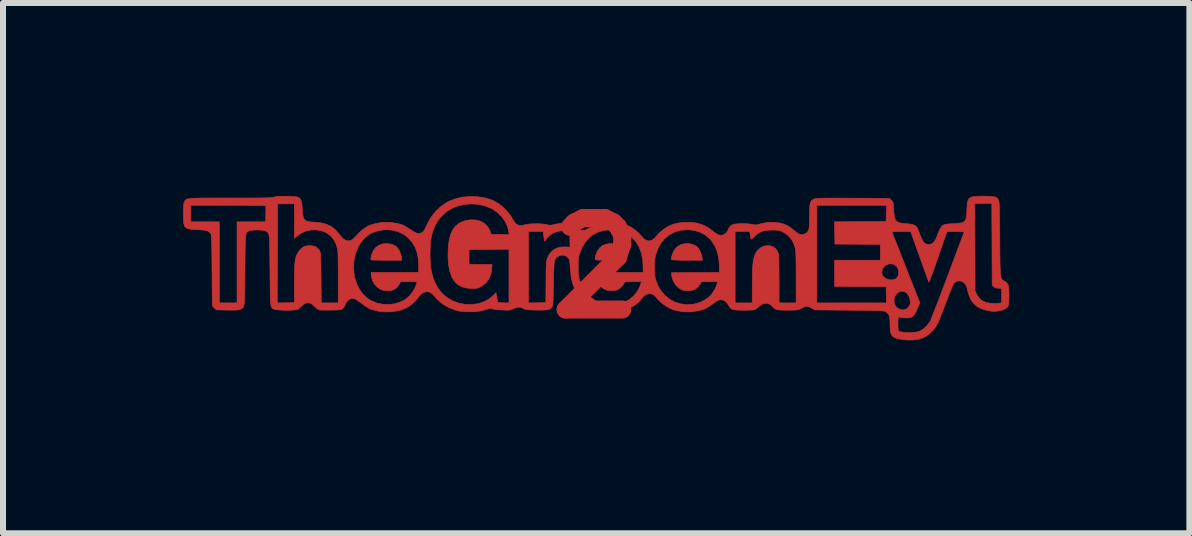
<source format=kicad_pcb>
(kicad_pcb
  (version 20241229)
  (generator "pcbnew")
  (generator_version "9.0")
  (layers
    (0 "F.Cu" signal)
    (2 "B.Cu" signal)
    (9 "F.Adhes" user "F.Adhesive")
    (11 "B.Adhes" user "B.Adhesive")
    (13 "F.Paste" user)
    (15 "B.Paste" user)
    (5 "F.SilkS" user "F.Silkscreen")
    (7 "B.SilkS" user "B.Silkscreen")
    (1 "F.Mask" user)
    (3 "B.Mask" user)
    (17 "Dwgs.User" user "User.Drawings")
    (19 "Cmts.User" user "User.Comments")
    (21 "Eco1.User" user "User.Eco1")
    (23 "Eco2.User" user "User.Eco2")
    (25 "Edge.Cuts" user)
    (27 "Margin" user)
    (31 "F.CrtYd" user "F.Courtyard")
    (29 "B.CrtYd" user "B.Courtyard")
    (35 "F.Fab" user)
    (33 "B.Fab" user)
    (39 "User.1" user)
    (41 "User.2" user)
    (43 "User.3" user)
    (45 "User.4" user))
  (footprint "2"
    (layer "F.Cu")
    (at 6.884 1.418)
    (property "Reference" "2" (at 0 0 0) (layer "F.Cu") (effects (font (size 1.524 1.524) (thickness 0.3))))
    (attr through_hole)
    (fp_poly (pts (xy -3.423 -0.402) (xy -3.363 -0.38) (xy -3.324 -0.353) (xy -3.295 -0.316) (xy -3.269 -0.267) (xy -3.251 -0.213) (xy -3.245 -0.184) (xy -3.238 -0.132) (xy -3.492 -0.132) (xy -3.562 -0.132) (xy -3.625 -0.133) (xy -3.678 -0.134) (xy -3.718 -0.135) (xy -3.744 -0.136) (xy -3.751 -0.137) (xy -3.754 -0.152) (xy -3.751 -0.18) (xy -3.743 -0.215) (xy -3.731 -0.251) (xy -3.718 -0.283) (xy -3.714 -0.29) (xy -3.673 -0.344) (xy -3.622 -0.382) (xy -3.561 -0.403) (xy -3.495 -0.409) (xy -3.423 -0.402)) (stroke (width 0.01) (type solid)) (fill yes) (layer "F.Cu"))
    (fp_poly (pts (xy 1.552 -0.408) (xy 1.614 -0.394) (xy 1.667 -0.367) (xy 1.694 -0.344) (xy 1.719 -0.308) (xy 1.742 -0.26) (xy 1.759 -0.208) (xy 1.764 -0.179) (xy 1.771 -0.132) (xy 1.516 -0.132) (xy 1.444 -0.132) (xy 1.38 -0.133) (xy 1.326 -0.135) (xy 1.286 -0.137) (xy 1.262 -0.139) (xy 1.255 -0.141) (xy 1.253 -0.16) (xy 1.258 -0.191) (xy 1.269 -0.228) (xy 1.284 -0.266) (xy 1.301 -0.298) (xy 1.326 -0.331) (xy 1.356 -0.361) (xy 1.369 -0.37) (xy 1.425 -0.397) (xy 1.488 -0.409) (xy 1.552 -0.408)) (stroke (width 0.01) (type solid)) (fill yes) (layer "F.Cu"))
    (fp_poly (pts (xy 0.317 -0.402) (xy 0.376 -0.378) (xy 0.424 -0.338) (xy 0.443 -0.313) (xy 0.459 -0.283) (xy 0.474 -0.246) (xy 0.486 -0.207) (xy 0.493 -0.172) (xy 0.494 -0.147) (xy 0.492 -0.141) (xy 0.481 -0.139) (xy 0.453 -0.137) (xy 0.411 -0.135) (xy 0.359 -0.134) (xy 0.301 -0.133) (xy 0.239 -0.132) (xy 0.177 -0.132) (xy 0.118 -0.133) (xy 0.067 -0.133) (xy 0.025 -0.135) (xy -0.003 -0.137) (xy -0.013 -0.139) (xy -0.017 -0.155) (xy -0.014 -0.183) (xy -0.006 -0.219) (xy 0.007 -0.255) (xy 0.016 -0.274) (xy 0.054 -0.333) (xy 0.103 -0.374) (xy 0.163 -0.399) (xy 0.235 -0.409) (xy 0.246 -0.409) (xy 0.317 -0.402)) (stroke (width 0.01) (type solid)) (fill yes) (layer "F.Cu"))
    (fp_poly (pts (xy 6.525 -1.198) (xy 6.58 -1.196) (xy 6.621 -1.192) (xy 6.651 -1.184) (xy 6.673 -1.173) (xy 6.689 -1.157) (xy 6.702 -1.136) (xy 6.703 -1.135) (xy 6.707 -1.127) (xy 6.71 -1.116) (xy 6.713 -1.102) (xy 6.715 -1.081) (xy 6.717 -1.053) (xy 6.719 -1.017) (xy 6.72 -0.97) (xy 6.721 -0.911) (xy 6.722 -0.838) (xy 6.723 -0.751) (xy 6.725 -0.646) (xy 6.726 -0.524) (xy 6.726 -0.482) (xy 6.727 -0.351) (xy 6.728 -0.239) (xy 6.729 -0.144) (xy 6.73 -0.065) (xy 6.732 0.001) (xy 6.734 0.053) (xy 6.737 0.095) (xy 6.741 0.128) (xy 6.746 0.152) (xy 6.753 0.171) (xy 6.76 0.184) (xy 6.77 0.195) (xy 6.782 0.203) (xy 6.795 0.212) (xy 6.808 0.22) (xy 6.834 0.239) (xy 6.853 0.259) (xy 6.866 0.282) (xy 6.873 0.314) (xy 6.878 0.357) (xy 6.879 0.415) (xy 6.88 0.45) (xy 6.879 0.505) (xy 6.877 0.553) (xy 6.874 0.592) (xy 6.871 0.616) (xy 6.87 0.62) (xy 6.849 0.654) (xy 6.815 0.679) (xy 6.765 0.699) (xy 6.739 0.705) (xy 6.684 0.716) (xy 6.638 0.72) (xy 6.592 0.718) (xy 6.539 0.709) (xy 6.505 0.702) (xy 6.418 0.675) (xy 6.346 0.638) (xy 6.288 0.587) (xy 6.243 0.523) (xy 6.209 0.442) (xy 6.193 0.386) (xy 6.18 0.332) (xy 6.167 0.294) (xy 6.153 0.268) (xy 6.141 0.253) (xy 6.1 0.223) (xy 6.056 0.211) (xy 6.011 0.218) (xy 5.97 0.243) (xy 5.966 0.247) (xy 5.955 0.264) (xy 5.938 0.3) (xy 5.915 0.353) (xy 5.887 0.421) (xy 5.855 0.505) (xy 5.831 0.569) (xy 5.802 0.644) (xy 5.775 0.715) (xy 5.75 0.78) (xy 5.729 0.834) (xy 5.712 0.876) (xy 5.701 0.902) (xy 5.698 0.908) (xy 5.644 0.997) (xy 5.58 1.071) (xy 5.508 1.129) (xy 5.429 1.169) (xy 5.396 1.18) (xy 5.334 1.192) (xy 5.26 1.198) (xy 5.18 1.197) (xy 5.103 1.19) (xy 5.041 1.179) (xy 4.992 1.165) (xy 4.956 1.147) (xy 4.93 1.123) (xy 4.912 1.09) (xy 4.902 1.044) (xy 4.898 0.983) (xy 4.897 0.93) (xy 4.895 0.864) (xy 4.889 0.815) (xy 4.877 0.778) (xy 4.858 0.751) (xy 4.831 0.73) (xy 4.826 0.727) (xy 4.818 0.722) (xy 4.808 0.719) (xy 4.796 0.715) (xy 4.779 0.713) (xy 4.757 0.711) (xy 4.726 0.709) (xy 4.686 0.707) (xy 4.635 0.706) (xy 4.57 0.705) (xy 4.492 0.704) (xy 4.397 0.703) (xy 4.285 0.702) (xy 4.216 0.701) (xy 3.642 0.696) (xy 3.594 0.667) (xy 3.556 0.649) (xy 3.521 0.639) (xy 3.511 0.638) (xy 3.491 0.639) (xy 3.472 0.644) (xy 3.448 0.654) (xy 3.414 0.671) (xy 3.388 0.684) (xy 3.373 0.691) (xy 3.351 0.695) (xy 3.32 0.698) (xy 3.277 0.7) (xy 3.218 0.701) (xy 3.19 0.701) (xy 3.12 0.7) (xy 3.067 0.698) (xy 3.027 0.694) (xy 2.997 0.686) (xy 2.974 0.675) (xy 2.954 0.658) (xy 2.933 0.635) (xy 2.933 0.635) (xy 2.894 0.601) (xy 2.849 0.586) (xy 2.8 0.588) (xy 2.751 0.609) (xy 2.71 0.642) (xy 2.683 0.666) (xy 2.657 0.685) (xy 2.645 0.692) (xy 2.626 0.695) (xy 2.592 0.698) (xy 2.545 0.7) (xy 2.491 0.701) (xy 2.461 0.701) (xy 2.389 0.7) (xy 2.334 0.698) (xy 2.293 0.692) (xy 2.262 0.682) (xy 2.239 0.666) (xy 2.221 0.645) (xy 2.203 0.615) (xy 2.201 0.612) (xy 2.168 0.565) (xy 2.129 0.537) (xy 2.082 0.526) (xy 2.076 0.526) (xy 2.055 0.528) (xy 2.032 0.536) (xy 2.005 0.551) (xy 1.969 0.575) (xy 1.929 0.606) (xy 1.88 0.64) (xy 1.835 0.666) (xy 1.787 0.686) (xy 1.728 0.703) (xy 1.694 0.711) (xy 1.574 0.729) (xy 1.453 0.727) (xy 1.333 0.707) (xy 1.304 0.699) (xy 1.237 0.673) (xy 1.168 0.634) (xy 1.101 0.588) (xy 1.045 0.537) (xy 1.017 0.506) (xy 0.992 0.477) (xy 0.966 0.452) (xy 0.952 0.442) (xy 0.908 0.426) (xy 0.861 0.429) (xy 0.816 0.449) (xy 0.775 0.486) (xy 0.758 0.508) (xy 0.709 0.566) (xy 0.643 0.618) (xy 0.564 0.663) (xy 0.476 0.697) (xy 0.442 0.706) (xy 0.332 0.727) (xy 0.227 0.731) (xy 0.12 0.718) (xy 0.065 0.706) (xy 0.011 0.691) (xy -0.031 0.676) (xy -0.071 0.655) (xy -0.116 0.626) (xy -0.122 0.622) (xy -0.212 0.549) (xy -0.286 0.466) (xy -0.345 0.372) (xy -0.389 0.265) (xy -0.417 0.144) (xy -0.432 0.01) (xy -0.433 -0.004) (xy -0.434 -0.02) (xy -0.299 -0.02) (xy -0.299 0.041) (xy -0.298 0.086) (xy -0.296 0.121) (xy -0.291 0.15) (xy -0.284 0.178) (xy -0.274 0.209) (xy -0.269 0.224) (xy -0.223 0.326) (xy -0.166 0.412) (xy -0.096 0.483) (xy -0.013 0.541) (xy -0.001 0.547) (xy 0.092 0.586) (xy 0.191 0.605) (xy 0.297 0.605) (xy 0.368 0.595) (xy 0.462 0.569) (xy 0.544 0.529) (xy 0.615 0.473) (xy 0.623 0.466) (xy 0.669 0.41) (xy 0.709 0.346) (xy 0.738 0.281) (xy 0.746 0.251) (xy 0.752 0.224) (xy 0.615 0.224) (xy 0.559 0.224) (xy 0.521 0.224) (xy 0.496 0.226) (xy 0.482 0.23) (xy 0.474 0.236) (xy 0.469 0.245) (xy 0.468 0.247) (xy 0.445 0.286) (xy 0.41 0.324) (xy 0.37 0.352) (xy 0.361 0.357) (xy 0.313 0.371) (xy 0.256 0.376) (xy 0.198 0.371) (xy 0.149 0.358) (xy 0.147 0.357) (xy 0.091 0.321) (xy 0.045 0.269) (xy 0.009 0.206) (xy -0.012 0.135) (xy -0.014 0.119) (xy -0.02 0.071) (xy 0.782 0.071) (xy 0.782 -0.018) (xy 0.97 -0.018) (xy 0.972 0.056) (xy 0.978 0.124) (xy 0.988 0.179) (xy 0.989 0.183) (xy 1.027 0.286) (xy 1.08 0.377) (xy 1.146 0.455) (xy 1.222 0.517) (xy 1.309 0.564) (xy 1.404 0.595) (xy 1.504 0.608) (xy 1.61 0.602) (xy 1.649 0.595) (xy 1.737 0.568) (xy 1.817 0.528) (xy 1.885 0.477) (xy 1.899 0.463) (xy 1.937 0.416) (xy 1.972 0.361) (xy 2 0.306) (xy 2.016 0.257) (xy 2.016 0.257) (xy 2.023 0.224) (xy 1.885 0.224) (xy 1.835 0.224) (xy 1.793 0.226) (xy 1.763 0.228) (xy 1.748 0.231) (xy 1.748 0.232) (xy 1.74 0.253) (xy 1.721 0.281) (xy 1.696 0.311) (xy 1.668 0.338) (xy 1.642 0.355) (xy 1.598 0.369) (xy 1.544 0.376) (xy 1.488 0.375) (xy 1.439 0.366) (xy 1.428 0.361) (xy 1.372 0.328) (xy 1.324 0.279) (xy 1.287 0.219) (xy 1.264 0.152) (xy 1.258 0.117) (xy 1.255 0.076) (xy 1.654 0.074) (xy 2.052 0.071) (xy 2.052 -0.033) (xy 2.044 -0.157) (xy 2.02 -0.268) (xy 1.98 -0.367) (xy 1.925 -0.453) (xy 1.895 -0.487) (xy 1.82 -0.551) (xy 1.734 -0.598) (xy 1.639 -0.628) (xy 1.533 -0.64) (xy 1.513 -0.64) (xy 1.408 -0.631) (xy 1.312 -0.604) (xy 1.225 -0.559) (xy 1.148 -0.498) (xy 1.083 -0.422) (xy 1.031 -0.331) (xy 0.992 -0.226) (xy 0.989 -0.213) (xy 0.979 -0.159) (xy 0.972 -0.092) (xy 0.97 -0.018) (xy 0.782 -0.018) (xy 0.782 -0.025) (xy 0.775 -0.146) (xy 0.752 -0.256) (xy 0.714 -0.355) (xy 0.664 -0.44) (xy 0.6 -0.511) (xy 0.524 -0.567) (xy 0.438 -0.608) (xy 0.34 -0.633) (xy 0.251 -0.639) (xy 0.142 -0.631) (xy 0.044 -0.606) (xy -0.044 -0.563) (xy -0.121 -0.503) (xy -0.186 -0.427) (xy -0.24 -0.334) (xy -0.268 -0.265) (xy -0.28 -0.23) (xy -0.288 -0.201) (xy -0.294 -0.173) (xy -0.297 -0.14) (xy -0.299 -0.098) (xy -0.299 -0.043) (xy -0.299 -0.02) (xy -0.434 -0.02) (xy -0.436 -0.064) (xy -0.442 -0.111) (xy -0.449 -0.144) (xy -0.452 -0.152) (xy -0.481 -0.187) (xy -0.52 -0.209) (xy -0.565 -0.217) (xy -0.611 -0.209) (xy -0.637 -0.195) (xy -0.654 -0.182) (xy -0.668 -0.169) (xy -0.68 -0.154) (xy -0.688 -0.134) (xy -0.695 -0.107) (xy -0.7 -0.072) (xy -0.704 -0.026) (xy -0.707 0.033) (xy -0.709 0.106) (xy -0.71 0.197) (xy -0.711 0.26) (xy -0.713 0.355) (xy -0.714 0.432) (xy -0.716 0.493) (xy -0.717 0.541) (xy -0.719 0.576) (xy -0.722 0.602) (xy -0.725 0.62) (xy -0.729 0.633) (xy -0.734 0.642) (xy -0.735 0.644) (xy -0.751 0.664) (xy -0.77 0.679) (xy -0.795 0.689) (xy -0.83 0.696) (xy -0.878 0.699) (xy -0.94 0.7) (xy -1 0.699) (xy -1.064 0.698) (xy -1.111 0.696) (xy -1.145 0.693) (xy -1.17 0.69) (xy -1.188 0.684) (xy -1.203 0.677) (xy -1.212 0.672) (xy -1.26 0.652) (xy -1.311 0.651) (xy -1.367 0.669) (xy -1.38 0.676) (xy -1.403 0.687) (xy -1.423 0.694) (xy -1.445 0.699) (xy -1.474 0.7) (xy -1.514 0.7) (xy -1.557 0.698) (xy -1.609 0.695) (xy -1.659 0.691) (xy -1.699 0.686) (xy -1.723 0.68) (xy -1.744 0.675) (xy -1.763 0.673) (xy -1.787 0.676) (xy -1.82 0.684) (xy -1.865 0.697) (xy -1.908 0.709) (xy -1.943 0.717) (xy -1.978 0.722) (xy -2.017 0.725) (xy -2.066 0.726) (xy -2.113 0.726) (xy -2.175 0.725) (xy -2.222 0.723) (xy -2.26 0.719) (xy -2.295 0.713) (xy -2.332 0.703) (xy -2.352 0.697) (xy -2.463 0.653) (xy -2.562 0.594) (xy -2.649 0.518) (xy -2.687 0.476) (xy -2.724 0.434) (xy -2.758 0.408) (xy -2.791 0.395) (xy -2.824 0.393) (xy -2.876 0.404) (xy -2.92 0.434) (xy -2.947 0.465) (xy -3.015 0.549) (xy -3.096 0.62) (xy -3.175 0.668) (xy -3.249 0.697) (xy -3.335 0.717) (xy -3.428 0.728) (xy -3.523 0.729) (xy -3.612 0.72) (xy -3.65 0.713) (xy -3.703 0.699) (xy -3.744 0.687) (xy -3.78 0.672) (xy -3.815 0.652) (xy -3.856 0.625) (xy -3.904 0.59) (xy -3.945 0.561) (xy -3.983 0.535) (xy -4.013 0.517) (xy -4.031 0.509) (xy -4.075 0.506) (xy -4.116 0.521) (xy -4.151 0.551) (xy -4.175 0.593) (xy -4.177 0.601) (xy -4.193 0.634) (xy -4.216 0.665) (xy -4.219 0.668) (xy -4.23 0.678) (xy -4.241 0.686) (xy -4.256 0.691) (xy -4.278 0.694) (xy -4.309 0.697) (xy -4.354 0.698) (xy -4.411 0.699) (xy -4.47 0.7) (xy -4.523 0.7) (xy -4.568 0.699) (xy -4.599 0.698) (xy -4.609 0.696) (xy -4.644 0.681) (xy -4.685 0.647) (xy -4.692 0.64) (xy -4.738 0.599) (xy -4.782 0.579) (xy -4.825 0.579) (xy -4.868 0.598) (xy -4.911 0.635) (xy -4.939 0.661) (xy -4.966 0.682) (xy -4.982 0.69) (xy -5.006 0.695) (xy -5.046 0.699) (xy -5.097 0.701) (xy -5.154 0.701) (xy -5.212 0.701) (xy -5.267 0.698) (xy -5.313 0.695) (xy -5.347 0.69) (xy -5.359 0.687) (xy -5.374 0.681) (xy -5.386 0.675) (xy -5.397 0.668) (xy -5.405 0.658) (xy -5.412 0.643) (xy -5.418 0.622) (xy -5.423 0.594) (xy -5.424 0.58) (xy -5.314 0.58) (xy -5.028 0.574) (xy -5.029 0.254) (xy -5.028 0.149) (xy -5.027 0.061) (xy -5.025 -0.011) (xy -5.022 -0.069) (xy -5.017 -0.117) (xy -5.01 -0.157) (xy -5 -0.191) (xy -4.989 -0.221) (xy -4.974 -0.251) (xy -4.97 -0.258) (xy -4.945 -0.294) (xy -4.914 -0.327) (xy -4.898 -0.34) (xy -4.871 -0.357) (xy -4.844 -0.367) (xy -4.81 -0.372) (xy -4.782 -0.374) (xy -4.718 -0.37) (xy -4.669 -0.354) (xy -4.631 -0.323) (xy -4.608 -0.29) (xy -4.603 -0.279) (xy -4.599 -0.267) (xy -4.595 -0.252) (xy -4.593 -0.232) (xy -4.59 -0.206) (xy -4.589 -0.17) (xy -4.587 -0.123) (xy -4.586 -0.063) (xy -4.585 0.012) (xy -4.585 0.104) (xy -4.584 0.165) (xy -4.581 0.579) (xy -4.298 0.579) (xy -4.298 0.159) (xy -4.298 0.063) (xy -4.299 -0.028) (xy -4.299 -0.038) (xy -4.042 -0.038) (xy -4.037 0.068) (xy -4.019 0.171) (xy -3.987 0.268) (xy -3.942 0.357) (xy -3.884 0.435) (xy -3.816 0.5) (xy -3.752 0.541) (xy -3.658 0.581) (xy -3.557 0.602) (xy -3.452 0.606) (xy -3.358 0.594) (xy -3.262 0.565) (xy -3.18 0.522) (xy -3.111 0.463) (xy -3.107 0.459) (xy -3.063 0.403) (xy -3.025 0.342) (xy -3 0.283) (xy -2.992 0.257) (xy -2.985 0.224) (xy -3.121 0.224) (xy -3.256 0.224) (xy -3.287 0.277) (xy -3.322 0.324) (xy -3.366 0.355) (xy -3.42 0.372) (xy -3.476 0.376) (xy -3.533 0.372) (xy -3.579 0.36) (xy -3.592 0.354) (xy -3.646 0.319) (xy -3.692 0.269) (xy -3.726 0.209) (xy -3.746 0.146) (xy -3.749 0.11) (xy -3.749 0.071) (xy -2.957 0.071) (xy -2.957 -0.035) (xy -2.963 -0.154) (xy -2.973 -0.203) (xy -2.768 -0.203) (xy -2.765 -0.114) (xy -2.759 -0.032) (xy -2.749 0.037) (xy -2.746 0.056) (xy -2.718 0.158) (xy -2.685 0.244) (xy -2.645 0.319) (xy -2.594 0.388) (xy -2.547 0.438) (xy -2.47 0.501) (xy -2.381 0.55) (xy -2.283 0.585) (xy -2.179 0.604) (xy -2.074 0.607) (xy -1.971 0.593) (xy -1.957 0.59) (xy -1.87 0.561) (xy -1.797 0.523) (xy -1.734 0.473) (xy -1.721 0.461) (xy -1.669 0.408) (xy -1.655 0.491) (xy -1.64 0.574) (xy -1.453 0.58) (xy -1.453 -0.315) (xy -2.118 -0.31) (xy -2.118 -0.066) (xy -1.926 -0.063) (xy -1.734 -0.061) (xy -1.74 0.015) (xy -1.756 0.101) (xy -1.787 0.177) (xy -1.834 0.242) (xy -1.895 0.293) (xy -1.929 0.312) (xy -1.96 0.326) (xy -1.988 0.334) (xy -2.02 0.338) (xy -2.063 0.339) (xy -2.077 0.339) (xy -2.166 0.331) (xy -2.243 0.309) (xy -2.308 0.272) (xy -2.361 0.219) (xy -2.404 0.151) (xy -2.435 0.066) (xy -2.456 -0.035) (xy -2.467 -0.154) (xy -2.469 -0.23) (xy -2.464 -0.356) (xy -2.45 -0.464) (xy -2.427 -0.555) (xy -2.393 -0.632) (xy -2.349 -0.693) (xy -2.294 -0.741) (xy -2.254 -0.764) (xy -2.177 -0.792) (xy -2.095 -0.805) (xy -2.013 -0.803) (xy -1.936 -0.785) (xy -1.905 -0.772) (xy -1.859 -0.742) (xy -1.816 -0.699) (xy -1.782 -0.651) (xy -1.764 -0.611) (xy -1.75 -0.564) (xy -1.6 -0.561) (xy -1.45 -0.558) (xy -1.457 -0.61) (xy -1.128 -0.61) (xy -1.128 0.58) (xy -0.983 0.577) (xy -0.838 0.574) (xy -0.836 0.232) (xy -0.835 0.139) (xy -0.835 0.064) (xy -0.834 0.005) (xy -0.832 -0.042) (xy -0.83 -0.078) (xy -0.828 -0.105) (xy -0.824 -0.126) (xy -0.82 -0.144) (xy -0.814 -0.161) (xy -0.812 -0.168) (xy -0.776 -0.238) (xy -0.728 -0.291) (xy -0.669 -0.329) (xy -0.597 -0.35) (xy -0.516 -0.354) (xy -0.437 -0.35) (xy -0.437 -0.618) (xy -0.469 -0.625) (xy -0.507 -0.628) (xy -0.557 -0.626) (xy -0.611 -0.618) (xy -0.663 -0.606) (xy -0.689 -0.597) (xy -0.738 -0.572) (xy -0.787 -0.534) (xy -0.829 -0.49) (xy -0.845 -0.467) (xy -0.854 -0.454) (xy -0.86 -0.452) (xy -0.863 -0.465) (xy -0.868 -0.495) (xy -0.868 -0.498) (xy -0.873 -0.535) (xy -0.878 -0.568) (xy -0.88 -0.582) (xy -0.886 -0.61) (xy -1.007 -0.61) (xy -1.128 -0.61) (xy -1.457 -0.61) (xy -1.457 -0.61) (xy -1.479 -0.698) (xy -1.519 -0.782) (xy -1.575 -0.86) (xy -1.645 -0.928) (xy -1.728 -0.985) (xy -1.755 -0.999) (xy -1.858 -1.04) (xy -1.969 -1.064) (xy -2.084 -1.071) (xy -2.199 -1.061) (xy -2.311 -1.034) (xy -2.382 -1.007) (xy -2.478 -0.952) (xy -2.562 -0.881) (xy -2.633 -0.796) (xy -2.69 -0.698) (xy -2.731 -0.588) (xy -2.745 -0.531) (xy -2.756 -0.464) (xy -2.763 -0.384) (xy -2.767 -0.295) (xy -2.768 -0.203) (xy -2.973 -0.203) (xy -2.984 -0.26) (xy -3.019 -0.353) (xy -3.069 -0.435) (xy -3.135 -0.508) (xy -3.137 -0.51) (xy -3.211 -0.566) (xy -3.297 -0.607) (xy -3.39 -0.632) (xy -3.488 -0.641) (xy -3.586 -0.633) (xy -3.683 -0.609) (xy -3.749 -0.581) (xy -3.809 -0.543) (xy -3.869 -0.49) (xy -3.921 -0.427) (xy -3.963 -0.361) (xy -3.966 -0.355) (xy -4.007 -0.252) (xy -4.032 -0.146) (xy -4.042 -0.038) (xy -4.299 -0.038) (xy -4.3 -0.11) (xy -4.301 -0.182) (xy -4.303 -0.241) (xy -4.305 -0.285) (xy -4.307 -0.311) (xy -4.308 -0.315) (xy -4.334 -0.403) (xy -4.375 -0.479) (xy -4.43 -0.542) (xy -4.497 -0.591) (xy -4.575 -0.623) (xy -4.663 -0.638) (xy -4.665 -0.638) (xy -4.76 -0.635) (xy -4.848 -0.615) (xy -4.925 -0.578) (xy -4.984 -0.534) (xy -5.006 -0.513) (xy -5.022 -0.5) (xy -5.026 -0.498) (xy -5.027 -0.508) (xy -5.028 -0.535) (xy -5.028 -0.578) (xy -5.029 -0.633) (xy -5.029 -0.699) (xy -5.029 -0.771) (xy -5.029 -0.785) (xy -5.028 -1.072) (xy -5.309 -1.072) (xy -5.314 0.58) (xy -5.424 0.58) (xy -5.426 0.556) (xy -5.429 0.508) (xy -5.431 0.447) (xy -5.432 0.373) (xy -5.433 0.283) (xy -5.434 0.176) (xy -5.435 0.05) (xy -5.436 0.036) (xy -5.437 -0.091) (xy -5.438 -0.199) (xy -5.439 -0.29) (xy -5.44 -0.365) (xy -5.442 -0.426) (xy -5.444 -0.475) (xy -5.447 -0.513) (xy -5.451 -0.543) (xy -5.456 -0.564) (xy -5.462 -0.58) (xy -5.47 -0.592) (xy -5.479 -0.601) (xy -5.491 -0.608) (xy -5.503 -0.617) (xy -5.504 -0.617) (xy -5.528 -0.626) (xy -5.567 -0.632) (xy -5.615 -0.635) (xy -5.666 -0.636) (xy -5.715 -0.634) (xy -5.756 -0.629) (xy -5.784 -0.621) (xy -5.784 -0.621) (xy -5.797 -0.614) (xy -5.808 -0.607) (xy -5.817 -0.6) (xy -5.825 -0.589) (xy -5.831 -0.574) (xy -5.836 -0.552) (xy -5.84 -0.524) (xy -5.844 -0.486) (xy -5.846 -0.437) (xy -5.848 -0.375) (xy -5.849 -0.3) (xy -5.85 -0.21) (xy -5.851 -0.102) (xy -5.852 0.025) (xy -5.852 0.03) (xy -5.853 0.158) (xy -5.854 0.267) (xy -5.855 0.359) (xy -5.857 0.435) (xy -5.858 0.497) (xy -5.861 0.547) (xy -5.864 0.585) (xy -5.869 0.615) (xy -5.874 0.637) (xy -5.881 0.652) (xy -5.889 0.663) (xy -5.9 0.671) (xy -5.912 0.678) (xy -5.926 0.684) (xy -5.93 0.686) (xy -5.946 0.692) (xy -5.966 0.696) (xy -5.993 0.699) (xy -6.031 0.7) (xy -6.083 0.7) (xy -6.147 0.699) (xy -6.329 0.696) (xy -6.363 0.663) (xy -6.396 0.63) (xy -6.401 0.043) (xy -6.402 -0.082) (xy -6.403 -0.188) (xy -6.404 -0.277) (xy -6.405 -0.35) (xy -6.406 -0.41) (xy -6.408 -0.457) (xy -6.41 -0.494) (xy -6.412 -0.521) (xy -6.414 -0.541) (xy -6.417 -0.555) (xy -6.42 -0.565) (xy -6.424 -0.572) (xy -6.424 -0.572) (xy -6.44 -0.594) (xy -6.459 -0.611) (xy -6.482 -0.622) (xy -6.515 -0.63) (xy -6.559 -0.636) (xy -6.619 -0.639) (xy -6.644 -0.64) (xy -6.716 -0.644) (xy -6.772 -0.65) (xy -6.814 -0.661) (xy -6.843 -0.68) (xy -6.862 -0.708) (xy -6.873 -0.748) (xy -6.878 -0.803) (xy -6.879 -0.876) (xy -6.879 -0.905) (xy -6.879 -0.971) (xy -6.877 -1.02) (xy -6.875 -1.046) (xy -6.756 -1.046) (xy -6.756 -0.772) (xy -6.279 -0.772) (xy -6.279 0.579) (xy -5.984 0.579) (xy -5.984 -0.772) (xy -5.508 -0.772) (xy -5.505 -0.905) (xy -5.504 -0.955) (xy -5.504 -0.997) (xy -5.504 -1.027) (xy -5.506 -1.042) (xy -5.506 -1.042) (xy -5.517 -1.043) (xy -5.546 -1.044) (xy -5.592 -1.044) (xy -5.653 -1.045) (xy -5.727 -1.045) (xy -5.813 -1.046) (xy -5.909 -1.046) (xy -6.013 -1.046) (xy -6.123 -1.046) (xy -6.756 -1.046) (xy -6.875 -1.046) (xy -6.875 -1.055) (xy -6.87 -1.081) (xy -6.864 -1.1) (xy -6.863 -1.101) (xy -6.857 -1.114) (xy -6.851 -1.125) (xy -6.844 -1.135) (xy -6.834 -1.143) (xy -6.819 -1.15) (xy -6.799 -1.155) (xy -6.772 -1.159) (xy -6.737 -1.163) (xy -6.691 -1.165) (xy -6.634 -1.167) (xy -6.565 -1.168) (xy -6.481 -1.168) (xy -6.381 -1.169) (xy -6.264 -1.169) (xy -6.129 -1.169) (xy -6.094 -1.169) (xy -5.956 -1.168) (xy -5.837 -1.169) (xy -5.735 -1.169) (xy -5.65 -1.169) (xy -5.579 -1.17) (xy -5.521 -1.171) (xy -5.475 -1.172) (xy -5.439 -1.174) (xy -5.411 -1.176) (xy -5.391 -1.178) (xy -5.377 -1.181) (xy -5.37 -1.183) (xy -5.344 -1.19) (xy -5.306 -1.194) (xy -5.253 -1.197) (xy -5.183 -1.198) (xy -5.168 -1.198) (xy -5.088 -1.198) (xy -5.027 -1.194) (xy -4.981 -1.186) (xy -4.948 -1.17) (xy -4.925 -1.146) (xy -4.911 -1.111) (xy -4.903 -1.064) (xy -4.898 -1.003) (xy -4.897 -0.984) (xy -4.892 -0.913) (xy -4.883 -0.86) (xy -4.869 -0.822) (xy -4.847 -0.796) (xy -4.814 -0.78) (xy -4.769 -0.771) (xy -4.709 -0.767) (xy -4.707 -0.767) (xy -4.6 -0.757) (xy -4.508 -0.735) (xy -4.427 -0.7) (xy -4.357 -0.65) (xy -4.294 -0.584) (xy -4.264 -0.545) (xy -4.221 -0.494) (xy -4.176 -0.464) (xy -4.13 -0.453) (xy -4.085 -0.463) (xy -4.039 -0.494) (xy -3.995 -0.542) (xy -3.959 -0.582) (xy -3.91 -0.626) (xy -3.855 -0.667) (xy -3.802 -0.7) (xy -3.794 -0.704) (xy -3.77 -0.714) (xy -3.732 -0.727) (xy -3.689 -0.739) (xy -3.677 -0.743) (xy -3.561 -0.763) (xy -3.441 -0.764) (xy -3.319 -0.746) (xy -3.303 -0.742) (xy -3.258 -0.73) (xy -3.22 -0.717) (xy -3.185 -0.699) (xy -3.145 -0.675) (xy -3.103 -0.648) (xy -3.046 -0.611) (xy -3.002 -0.588) (xy -2.966 -0.577) (xy -2.936 -0.578) (xy -2.909 -0.589) (xy -2.897 -0.597) (xy -2.886 -0.606) (xy -2.876 -0.616) (xy -2.865 -0.631) (xy -2.852 -0.654) (xy -2.835 -0.688) (xy -2.813 -0.736) (xy -2.8 -0.762) (xy -2.746 -0.856) (xy -2.675 -0.945) (xy -2.592 -1.023) (xy -2.501 -1.088) (xy -2.443 -1.119) (xy -2.337 -1.159) (xy -2.22 -1.184) (xy -2.098 -1.195) (xy -1.975 -1.191) (xy -1.856 -1.172) (xy -1.745 -1.138) (xy -1.718 -1.127) (xy -1.637 -1.082) (xy -1.558 -1.021) (xy -1.485 -0.949) (xy -1.422 -0.868) (xy -1.378 -0.795) (xy -1.345 -0.747) (xy -1.306 -0.718) (xy -1.26 -0.708) (xy -1.209 -0.717) (xy -1.205 -0.718) (xy -1.167 -0.728) (xy -1.113 -0.735) (xy -1.051 -0.739) (xy -0.985 -0.74) (xy -0.922 -0.738) (xy -0.866 -0.733) (xy -0.835 -0.727) (xy -0.8 -0.719) (xy -0.773 -0.715) (xy -0.748 -0.716) (xy -0.716 -0.723) (xy -0.683 -0.731) (xy -0.623 -0.743) (xy -0.557 -0.75) (xy -0.494 -0.752) (xy -0.439 -0.748) (xy -0.408 -0.742) (xy -0.383 -0.73) (xy -0.351 -0.708) (xy -0.319 -0.681) (xy -0.284 -0.65) (xy -0.252 -0.633) (xy -0.22 -0.628) (xy -0.184 -0.635) (xy -0.139 -0.656) (xy -0.102 -0.676) (xy 0.001 -0.724) (xy 0.112 -0.754) (xy 0.231 -0.765) (xy 0.244 -0.765) (xy 0.361 -0.757) (xy 0.47 -0.731) (xy 0.569 -0.689) (xy 0.657 -0.631) (xy 0.732 -0.558) (xy 0.748 -0.539) (xy 0.794 -0.49) (xy 0.84 -0.462) (xy 0.885 -0.453) (xy 0.93 -0.466) (xy 0.974 -0.498) (xy 1.006 -0.535) (xy 1.045 -0.579) (xy 1.097 -0.625) (xy 1.153 -0.667) (xy 1.208 -0.701) (xy 1.21 -0.701) (xy 1.284 -0.731) (xy 1.371 -0.752) (xy 1.465 -0.763) (xy 1.559 -0.764) (xy 1.649 -0.755) (xy 1.687 -0.748) (xy 1.76 -0.726) (xy 1.824 -0.699) (xy 1.884 -0.662) (xy 1.941 -0.62) (xy 1.99 -0.583) (xy 2.03 -0.559) (xy 2.063 -0.548) (xy 2.093 -0.547) (xy 2.107 -0.55) (xy 2.143 -0.568) (xy 2.174 -0.596) (xy 2.183 -0.61) (xy 2.316 -0.61) (xy 2.316 0.579) (xy 2.601 0.579) (xy 2.601 0.297) (xy 2.602 0.179) (xy 2.603 0.079) (xy 2.607 -0.005) (xy 2.612 -0.074) (xy 2.62 -0.132) (xy 2.63 -0.179) (xy 2.643 -0.218) (xy 2.659 -0.252) (xy 2.679 -0.281) (xy 2.693 -0.298) (xy 2.741 -0.34) (xy 2.794 -0.366) (xy 2.849 -0.376) (xy 2.903 -0.372) (xy 2.952 -0.354) (xy 2.994 -0.322) (xy 3.025 -0.277) (xy 3.038 -0.238) (xy 3.04 -0.219) (xy 3.042 -0.182) (xy 3.044 -0.13) (xy 3.045 -0.065) (xy 3.047 0.01) (xy 3.047 0.093) (xy 3.048 0.181) (xy 3.048 0.191) (xy 3.048 0.579) (xy 3.332 0.579) (xy 3.332 0.159) (xy 3.332 0.047) (xy 3.331 -0.054) (xy 3.33 -0.141) (xy 3.328 -0.213) (xy 3.326 -0.269) (xy 3.323 -0.307) (xy 3.321 -0.32) (xy 3.296 -0.405) (xy 3.254 -0.481) (xy 3.197 -0.545) (xy 3.127 -0.595) (xy 3.104 -0.607) (xy 3.075 -0.619) (xy 3.049 -0.628) (xy 3.02 -0.632) (xy 2.984 -0.634) (xy 2.933 -0.635) (xy 2.931 -0.635) (xy 2.854 -0.632) (xy 2.791 -0.621) (xy 2.738 -0.602) (xy 2.689 -0.572) (xy 2.64 -0.53) (xy 2.64 -0.529) (xy 2.612 -0.501) (xy 2.593 -0.486) (xy 2.582 -0.485) (xy 2.576 -0.5) (xy 2.57 -0.533) (xy 2.565 -0.566) (xy 2.559 -0.61) (xy 2.316 -0.61) (xy 2.183 -0.61) (xy 2.196 -0.629) (xy 2.2 -0.641) (xy 2.218 -0.68) (xy 2.251 -0.712) (xy 2.292 -0.731) (xy 2.326 -0.736) (xy 2.375 -0.74) (xy 2.431 -0.741) (xy 2.49 -0.74) (xy 2.544 -0.737) (xy 2.589 -0.732) (xy 2.606 -0.728) (xy 2.633 -0.722) (xy 2.656 -0.72) (xy 2.682 -0.723) (xy 2.717 -0.732) (xy 2.743 -0.739) (xy 2.852 -0.761) (xy 2.96 -0.765) (xy 3.065 -0.751) (xy 3.078 -0.748) (xy 3.135 -0.732) (xy 3.183 -0.711) (xy 3.229 -0.683) (xy 3.279 -0.644) (xy 3.302 -0.625) (xy 3.336 -0.598) (xy 3.368 -0.575) (xy 3.393 -0.562) (xy 3.398 -0.56) (xy 3.444 -0.558) (xy 3.487 -0.573) (xy 3.522 -0.603) (xy 3.544 -0.645) (xy 3.546 -0.649) (xy 3.549 -0.671) (xy 3.552 -0.709) (xy 3.554 -0.76) (xy 3.556 -0.818) (xy 3.556 -0.874) (xy 3.557 -0.951) (xy 3.559 -1.012) (xy 3.562 -1.046) (xy 3.678 -1.046) (xy 3.678 0.579) (xy 4.837 0.579) (xy 4.836 0.564) (xy 4.965 0.564) (xy 4.969 0.584) (xy 4.982 0.617) (xy 4.998 0.646) (xy 5.004 0.653) (xy 5.03 0.671) (xy 5.062 0.686) (xy 5.094 0.695) (xy 5.118 0.695) (xy 5.119 0.695) (xy 5.141 0.691) (xy 5.146 0.691) (xy 5.168 0.683) (xy 5.193 0.661) (xy 5.216 0.633) (xy 5.231 0.604) (xy 5.232 0.6) (xy 5.235 0.556) (xy 5.226 0.506) (xy 5.206 0.457) (xy 5.186 0.427) (xy 5.15 0.397) (xy 5.111 0.384) (xy 5.071 0.387) (xy 5.035 0.403) (xy 5.003 0.431) (xy 4.979 0.468) (xy 4.965 0.513) (xy 4.965 0.564) (xy 4.836 0.564) (xy 4.834 0.445) (xy 4.831 0.31) (xy 4.402 0.307) (xy 3.973 0.305) (xy 3.973 0.059) (xy 4.76 0.059) (xy 4.762 0.095) (xy 4.779 0.133) (xy 4.811 0.164) (xy 4.853 0.185) (xy 4.9 0.196) (xy 4.947 0.194) (xy 4.991 0.179) (xy 4.994 0.176) (xy 5.023 0.147) (xy 5.039 0.106) (xy 5.042 0.06) (xy 5.032 0.015) (xy 5.01 -0.026) (xy 5.001 -0.035) (xy 4.962 -0.063) (xy 4.918 -0.073) (xy 4.873 -0.069) (xy 4.831 -0.052) (xy 4.796 -0.023) (xy 4.771 0.014) (xy 4.76 0.059) (xy 3.973 0.059) (xy 3.973 -0.132) (xy 4.735 -0.132) (xy 4.735 -0.396) (xy 4.356 -0.399) (xy 3.978 -0.401) (xy 3.975 -0.598) (xy 4.93 -0.598) (xy 4.931 -0.597) (xy 4.935 -0.585) (xy 4.947 -0.557) (xy 4.964 -0.512) (xy 4.987 -0.454) (xy 5.015 -0.384) (xy 5.047 -0.303) (xy 5.082 -0.213) (xy 5.121 -0.115) (xy 5.161 -0.012) (xy 5.165 -0.003) (xy 5.394 0.577) (xy 5.354 0.672) (xy 5.328 0.728) (xy 5.306 0.768) (xy 5.284 0.795) (xy 5.259 0.813) (xy 5.235 0.824) (xy 5.202 0.829) (xy 5.158 0.83) (xy 5.107 0.826) (xy 5.059 0.818) (xy 5.052 0.816) (xy 5.042 0.814) (xy 5.036 0.817) (xy 5.032 0.827) (xy 5.03 0.848) (xy 5.029 0.884) (xy 5.029 0.929) (xy 5.03 0.982) (xy 5.032 1.019) (xy 5.035 1.04) (xy 5.041 1.051) (xy 5.043 1.053) (xy 5.084 1.063) (xy 5.14 1.07) (xy 5.206 1.073) (xy 5.253 1.073) (xy 5.306 1.07) (xy 5.346 1.064) (xy 5.379 1.055) (xy 5.4 1.046) (xy 5.459 1.009) (xy 5.513 0.957) (xy 5.559 0.896) (xy 5.562 0.891) (xy 5.57 0.873) (xy 5.585 0.839) (xy 5.605 0.789) (xy 5.631 0.724) (xy 5.661 0.647) (xy 5.695 0.558) (xy 5.733 0.46) (xy 5.773 0.355) (xy 5.815 0.243) (xy 5.859 0.126) (xy 5.862 0.119) (xy 6.134 -0.605) (xy 5.992 -0.607) (xy 5.94 -0.608) (xy 5.896 -0.608) (xy 5.864 -0.608) (xy 5.847 -0.607) (xy 5.846 -0.606) (xy 5.842 -0.596) (xy 5.832 -0.569) (xy 5.817 -0.526) (xy 5.797 -0.47) (xy 5.774 -0.403) (xy 5.747 -0.326) (xy 5.718 -0.242) (xy 5.695 -0.177) (xy 5.665 -0.089) (xy 5.637 -0.008) (xy 5.611 0.064) (xy 5.588 0.126) (xy 5.569 0.176) (xy 5.555 0.211) (xy 5.546 0.231) (xy 5.543 0.234) (xy 5.535 0.209) (xy 5.52 0.17) (xy 5.502 0.119) (xy 5.48 0.057) (xy 5.455 -0.012) (xy 5.428 -0.086) (xy 5.4 -0.163) (xy 5.373 -0.241) (xy 5.345 -0.317) (xy 5.32 -0.389) (xy 5.296 -0.455) (xy 5.276 -0.512) (xy 5.26 -0.557) (xy 5.249 -0.589) (xy 5.243 -0.605) (xy 5.243 -0.606) (xy 5.233 -0.607) (xy 5.207 -0.608) (xy 5.167 -0.609) (xy 5.117 -0.61) (xy 5.084 -0.61) (xy 5.022 -0.609) (xy 4.977 -0.608) (xy 4.949 -0.606) (xy 4.934 -0.602) (xy 4.93 -0.598) (xy 3.975 -0.598) (xy 3.972 -0.772) (xy 4.831 -0.777) (xy 4.834 -0.912) (xy 4.837 -1.046) (xy 3.678 -1.046) (xy 3.562 -1.046) (xy 3.563 -1.057) (xy 3.571 -1.09) (xy 3.582 -1.115) (xy 3.598 -1.132) (xy 3.619 -1.146) (xy 3.627 -1.151) (xy 3.636 -1.154) (xy 3.646 -1.158) (xy 3.661 -1.16) (xy 3.68 -1.162) (xy 3.707 -1.164) (xy 3.742 -1.165) (xy 3.787 -1.166) (xy 3.844 -1.167) (xy 3.915 -1.167) (xy 4 -1.167) (xy 4.101 -1.167) (xy 4.221 -1.166) (xy 4.275 -1.166) (xy 4.887 -1.163) (xy 4.919 -1.131) (xy 4.932 -1.117) (xy 4.942 -1.103) (xy 4.948 -1.086) (xy 4.952 -1.062) (xy 4.955 -1.025) (xy 4.958 -0.974) (xy 4.963 -0.901) (xy 4.972 -0.846) (xy 4.986 -0.806) (xy 5.009 -0.778) (xy 5.041 -0.76) (xy 5.086 -0.749) (xy 5.146 -0.743) (xy 5.159 -0.742) (xy 5.225 -0.735) (xy 5.275 -0.726) (xy 5.31 -0.712) (xy 5.335 -0.693) (xy 5.346 -0.679) (xy 5.356 -0.659) (xy 5.37 -0.626) (xy 5.386 -0.585) (xy 5.395 -0.56) (xy 5.42 -0.497) (xy 5.444 -0.451) (xy 5.47 -0.42) (xy 5.498 -0.402) (xy 5.51 -0.398) (xy 5.556 -0.394) (xy 5.597 -0.408) (xy 5.633 -0.442) (xy 5.665 -0.495) (xy 5.684 -0.54) (xy 5.708 -0.605) (xy 5.73 -0.653) (xy 5.75 -0.687) (xy 5.77 -0.709) (xy 5.785 -0.719) (xy 5.809 -0.727) (xy 5.848 -0.734) (xy 5.902 -0.739) (xy 5.954 -0.741) (xy 6.025 -0.746) (xy 6.078 -0.753) (xy 6.117 -0.765) (xy 6.143 -0.785) (xy 6.16 -0.816) (xy 6.17 -0.86) (xy 6.175 -0.921) (xy 6.177 -0.97) (xy 6.181 -1.039) (xy 6.185 -1.077) (xy 6.309 -1.077) (xy 6.312 -0.348) (xy 6.314 0.381) (xy 6.343 0.44) (xy 6.379 0.495) (xy 6.425 0.537) (xy 6.486 0.567) (xy 6.496 0.57) (xy 6.541 0.581) (xy 6.598 0.588) (xy 6.657 0.589) (xy 6.71 0.585) (xy 6.725 0.583) (xy 6.756 0.577) (xy 6.756 0.335) (xy 6.706 0.335) (xy 6.668 0.332) (xy 6.64 0.32) (xy 6.627 0.311) (xy 6.599 0.286) (xy 6.596 -0.395) (xy 6.593 -1.077) (xy 6.309 -1.077) (xy 6.185 -1.077) (xy 6.187 -1.093) (xy 6.198 -1.133) (xy 6.215 -1.161) (xy 6.242 -1.18) (xy 6.281 -1.191) (xy 6.335 -1.197) (xy 6.404 -1.199) (xy 6.452 -1.199) (xy 6.525 -1.198)) (stroke (width 0.01) (type solid)) (fill yes) (layer "F.Cu")))
  (gr_rect
    (start -3 -3)
    (end 16.769 5.836)
    (stroke (width 0.1) (type default))
    (fill no)
    (layer "Edge.Cuts")))
</source>
